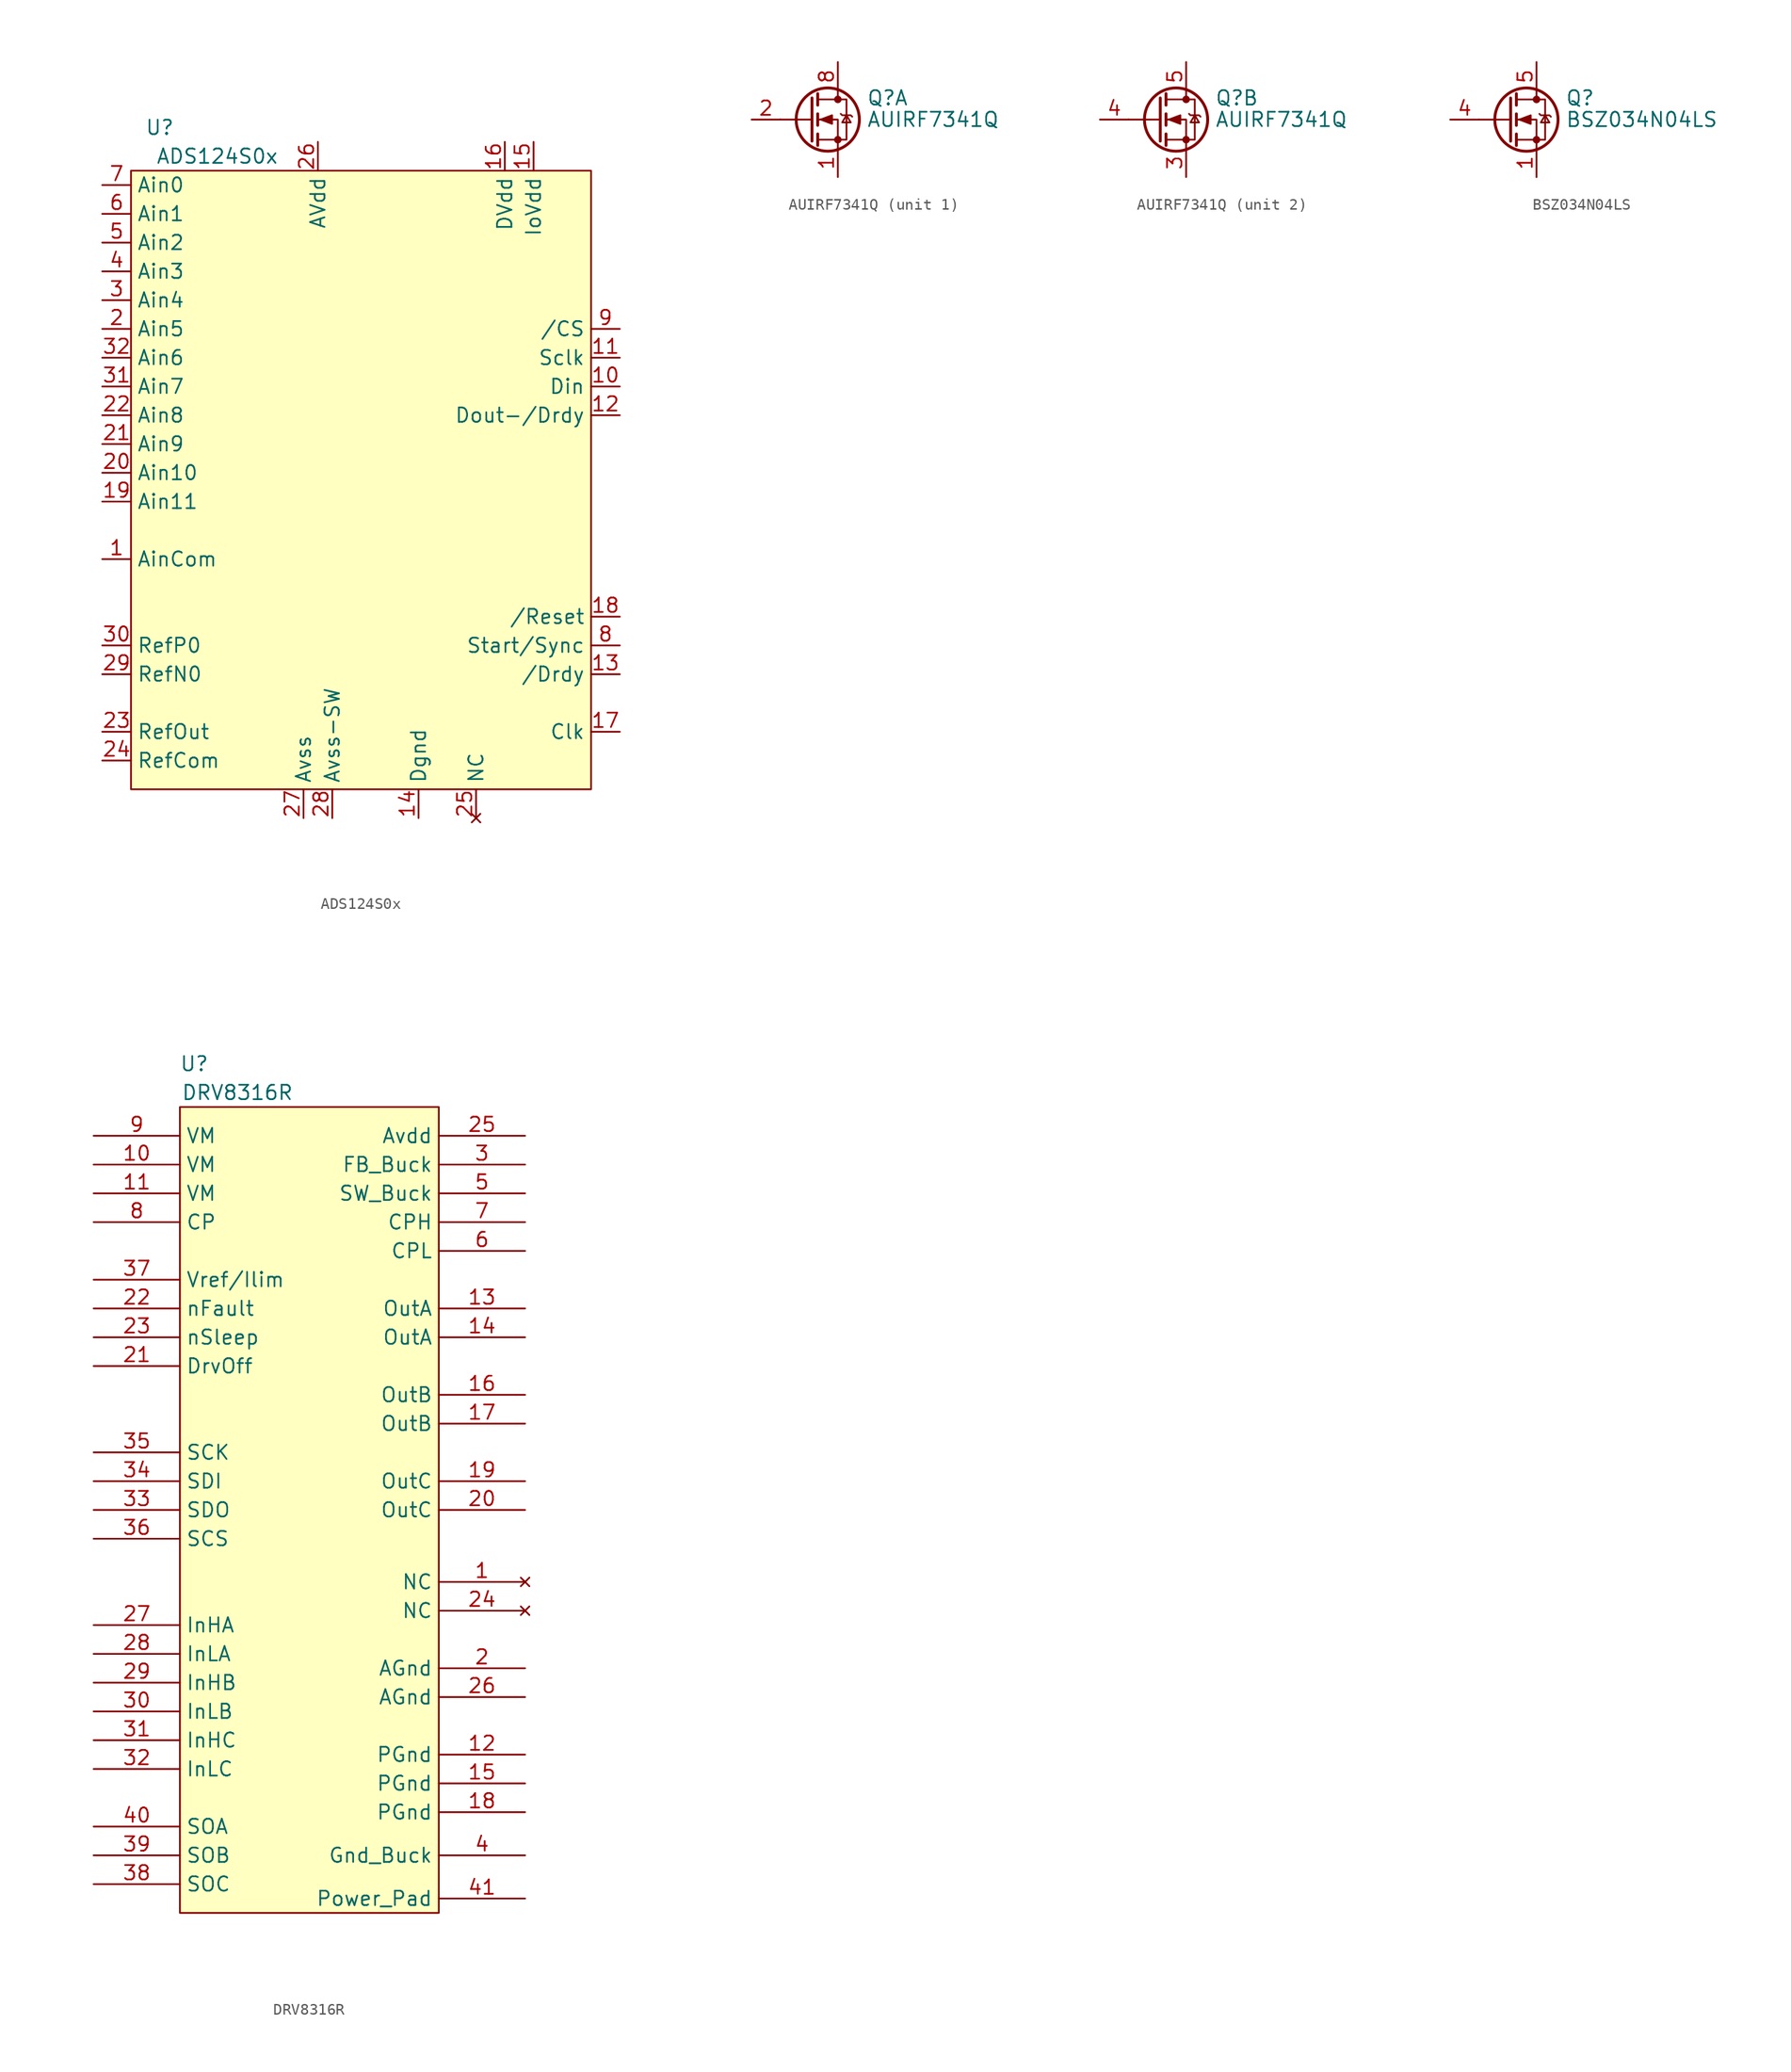
<source format=kicad_sym>
(kicad_symbol_lib
  (version 20241209)
  (generator "kicad_symbol_editor")
  (generator_version "9.0")
  (symbol "ADS124S0x"
    (property "Reference" "U"
      (at 5.08 1.27 0)
      (effects (font (size 1.27 1.27))))
    (property "Value" "ADS124S0x"
      (at 10.16 -1.27 0)
      (effects (font (size 1.27 1.27))))
    (symbol "ADS124S0x_1_1"
      (rectangle (start 2.54 -2.54) (end 43.18 -57.15) (stroke (width 0) (type default)) (fill (type background)))
      (pin input line (at 0 -3.81 0) (length 2.54) (name "Ain0" (effects (font (size 1.27 1.27)))) (number "7" (effects (font (size 1.27 1.27)))))
      (pin input line (at 0 -6.35 0) (length 2.54) (name "Ain1" (effects (font (size 1.27 1.27)))) (number "6" (effects (font (size 1.27 1.27)))))
      (pin input line (at 0 -8.89 0) (length 2.54) (name "Ain2" (effects (font (size 1.27 1.27)))) (number "5" (effects (font (size 1.27 1.27)))))
      (pin input line (at 0 -11.43 0) (length 2.54) (name "Ain3" (effects (font (size 1.27 1.27)))) (number "4" (effects (font (size 1.27 1.27)))))
      (pin input line (at 0 -13.97 0) (length 2.54) (name "Ain4" (effects (font (size 1.27 1.27)))) (number "3" (effects (font (size 1.27 1.27)))))
      (pin input line (at 0 -16.51 0) (length 2.54) (name "Ain5" (effects (font (size 1.27 1.27)))) (number "2" (effects (font (size 1.27 1.27)))))
      (pin input line (at 0 -19.05 0) (length 2.54) (name "Ain6" (effects (font (size 1.27 1.27)))) (number "32" (effects (font (size 1.27 1.27)))))
      (pin input line (at 0 -21.59 0) (length 2.54) (name "Ain7" (effects (font (size 1.27 1.27)))) (number "31" (effects (font (size 1.27 1.27)))))
      (pin input line (at 0 -24.13 0) (length 2.54) (name "Ain8" (effects (font (size 1.27 1.27)))) (number "22" (effects (font (size 1.27 1.27)))))
      (pin input line (at 0 -26.67 0) (length 2.54) (name "Ain9" (effects (font (size 1.27 1.27)))) (number "21" (effects (font (size 1.27 1.27)))))
      (pin input line (at 0 -29.21 0) (length 2.54) (name "Ain10" (effects (font (size 1.27 1.27)))) (number "20" (effects (font (size 1.27 1.27)))))
      (pin input line (at 0 -31.75 0) (length 2.54) (name "Ain11" (effects (font (size 1.27 1.27)))) (number "19" (effects (font (size 1.27 1.27)))))
      (pin input line (at 0 -36.83 0) (length 2.54) (name "AinCom" (effects (font (size 1.27 1.27)))) (number "1" (effects (font (size 1.27 1.27)))))
      (pin input line (at 0 -44.45 0) (length 2.54) (name "RefP0" (effects (font (size 1.27 1.27)))) (number "30" (effects (font (size 1.27 1.27)))))
      (pin input line (at 0 -46.99 0) (length 2.54) (name "RefN0" (effects (font (size 1.27 1.27)))) (number "29" (effects (font (size 1.27 1.27)))))
      (pin power_out line (at 0 -52.07 0) (length 2.54) (name "RefOut" (effects (font (size 1.27 1.27)))) (number "23" (effects (font (size 1.27 1.27)))))
      (pin power_in line (at 0 -54.61 0) (length 2.54) (name "RefCom" (effects (font (size 1.27 1.27)))) (number "24" (effects (font (size 1.27 1.27)))))
      (pin power_in line (at 17.78 -59.69 90) (length 2.54) (name "Avss" (effects (font (size 1.27 1.27)))) (number "27" (effects (font (size 1.27 1.27)))))
      (pin power_in line (at 19.05 0 270) (length 2.54) (name "AVdd" (effects (font (size 1.27 1.27)))) (number "26" (effects (font (size 1.27 1.27)))))
      (pin power_in line (at 20.32 -59.69 90) (length 2.54) (name "Avss-SW" (effects (font (size 1.27 1.27)))) (number "28" (effects (font (size 1.27 1.27)))))
      (pin power_in line (at 27.94 -59.69 90) (length 2.54) (name "Dgnd" (effects (font (size 1.27 1.27)))) (number "14" (effects (font (size 1.27 1.27)))))
      (pin no_connect line (at 33.02 -59.69 90) (length 2.54) (name "NC" (effects (font (size 1.27 1.27)))) (number "25" (effects (font (size 1.27 1.27)))))
      (pin power_in line (at 35.56 0 270) (length 2.54) (name "DVdd" (effects (font (size 1.27 1.27)))) (number "16" (effects (font (size 1.27 1.27)))))
      (pin power_in line (at 38.1 0 270) (length 2.54) (name "IoVdd" (effects (font (size 1.27 1.27)))) (number "15" (effects (font (size 1.27 1.27)))))
      (pin input line (at 45.72 -16.51 180) (length 2.54) (name "/CS" (effects (font (size 1.27 1.27)))) (number "9" (effects (font (size 1.27 1.27)))))
      (pin input line (at 45.72 -19.05 180) (length 2.54) (name "Sclk" (effects (font (size 1.27 1.27)))) (number "11" (effects (font (size 1.27 1.27)))))
      (pin input line (at 45.72 -21.59 180) (length 2.54) (name "Din" (effects (font (size 1.27 1.27)))) (number "10" (effects (font (size 1.27 1.27)))))
      (pin output line (at 45.72 -24.13 180) (length 2.54) (name "Dout-/Drdy" (effects (font (size 1.27 1.27)))) (number "12" (effects (font (size 1.27 1.27)))))
      (pin input line (at 45.72 -41.91 180) (length 2.54) (name "/Reset" (effects (font (size 1.27 1.27)))) (number "18" (effects (font (size 1.27 1.27)))))
      (pin input line (at 45.72 -44.45 180) (length 2.54) (name "Start/Sync" (effects (font (size 1.27 1.27)))) (number "8" (effects (font (size 1.27 1.27)))))
      (pin output line (at 45.72 -46.99 180) (length 2.54) (name "/Drdy" (effects (font (size 1.27 1.27)))) (number "13" (effects (font (size 1.27 1.27)))))
      (pin input line (at 45.72 -52.07 180) (length 2.54) (name "Clk" (effects (font (size 1.27 1.27)))) (number "17" (effects (font (size 1.27 1.27)))))))
  (symbol "AUIRF7341Q"
    (pin_names
      (hide yes))
    (property "Reference" "Q"
      (at 5.08 1.905 0)
      (effects (font (size 1.27 1.27)) (justify left)))
    (property "Value" "AUIRF7341Q"
      (at 5.08 0 0)
      (effects (font (size 1.27 1.27)) (justify left)))
    (symbol "AUIRF7341Q_0_1"
      (polyline (pts (xy 0.254 1.905) (xy 0.254 -1.905)) (stroke (width 0.254) (type default)) (fill (type none)))
      (polyline (pts (xy 0.254 0) (xy -2.54 0)) (stroke (width 0) (type default)) (fill (type none)))
      (polyline (pts (xy 0.762 2.286) (xy 0.762 1.27)) (stroke (width 0.254) (type default)) (fill (type none)))
      (polyline (pts (xy 0.762 0.508) (xy 0.762 -0.508)) (stroke (width 0.254) (type default)) (fill (type none)))
      (polyline (pts (xy 0.762 -1.27) (xy 0.762 -2.286)) (stroke (width 0.254) (type default)) (fill (type none)))
      (polyline (pts (xy 0.762 -1.778) (xy 3.302 -1.778) (xy 3.302 1.778) (xy 0.762 1.778)) (stroke (width 0) (type default)) (fill (type none)))
      (polyline (pts (xy 1.016 0) (xy 2.032 0.381) (xy 2.032 -0.381) (xy 1.016 0)) (stroke (width 0) (type default)) (fill (type outline)))
      (circle (center 1.651 0) (radius 2.794) (stroke (width 0.254) (type default)) (fill (type none)))
      (polyline (pts (xy 2.54 2.54) (xy 2.54 1.778)) (stroke (width 0) (type default)) (fill (type none)))
      (circle (center 2.54 1.778) (radius 0.254) (stroke (width 0) (type default)) (fill (type outline)))
      (circle (center 2.54 -1.778) (radius 0.254) (stroke (width 0) (type default)) (fill (type outline)))
      (polyline (pts (xy 2.54 -2.54) (xy 2.54 0) (xy 0.762 0)) (stroke (width 0) (type default)) (fill (type none)))
      (polyline (pts (xy 2.794 0.508) (xy 2.921 0.381) (xy 3.683 0.381) (xy 3.81 0.254)) (stroke (width 0) (type default)) (fill (type none)))
      (polyline (pts (xy 3.302 0.381) (xy 2.921 -0.254) (xy 3.683 -0.254) (xy 3.302 0.381)) (stroke (width 0) (type default)) (fill (type none))))
    (symbol "AUIRF7341Q_1_1"
      (pin passive line (at -5.08 0 0) (length 2.54) (name "G1" (effects (font (size 1.27 1.27)))) (number "2" (effects (font (size 1.27 1.27)))))
      (pin passive line (at 2.54 5.08 270) (length 2.54) (hide yes) (name "D1" (effects (font (size 1.27 1.27)))) (number "7" (effects (font (size 1.27 1.27)))))
      (pin passive line (at 2.54 5.08 270) (length 2.54) (name "D1" (effects (font (size 1.27 1.27)))) (number "8" (effects (font (size 1.27 1.27)))))
      (pin passive line (at 2.54 -5.08 90) (length 2.54) (name "S1" (effects (font (size 1.27 1.27)))) (number "1" (effects (font (size 1.27 1.27))))))
    (symbol "AUIRF7341Q_2_1"
      (pin passive line (at -5.08 0 0) (length 2.54) (name "G2" (effects (font (size 1.27 1.27)))) (number "4" (effects (font (size 1.27 1.27)))))
      (pin passive line (at 2.54 5.08 270) (length 2.54) (name "D2" (effects (font (size 1.27 1.27)))) (number "5" (effects (font (size 1.27 1.27)))))
      (pin passive line (at 2.54 5.08 270) (length 2.54) (hide yes) (name "D2" (effects (font (size 1.27 1.27)))) (number "6" (effects (font (size 1.27 1.27)))))
      (pin passive line (at 2.54 -5.08 90) (length 2.54) (name "S2" (effects (font (size 1.27 1.27)))) (number "3" (effects (font (size 1.27 1.27)))))))
  (symbol "BSZ034N04LS"
    (pin_names
      (hide yes))
    (property "Reference" "Q"
      (at 5.08 1.905 0)
      (effects (font (size 1.27 1.27)) (justify left)))
    (property "Value" "BSZ034N04LS"
      (at 5.08 0 0)
      (effects (font (size 1.27 1.27)) (justify left)))
    (symbol "BSZ034N04LS_0_1"
      (polyline (pts (xy 0.254 1.905) (xy 0.254 -1.905)) (stroke (width 0.254) (type default)) (fill (type none)))
      (polyline (pts (xy 0.254 0) (xy -2.54 0)) (stroke (width 0) (type default)) (fill (type none)))
      (polyline (pts (xy 0.762 2.286) (xy 0.762 1.27)) (stroke (width 0.254) (type default)) (fill (type none)))
      (polyline (pts (xy 0.762 0.508) (xy 0.762 -0.508)) (stroke (width 0.254) (type default)) (fill (type none)))
      (polyline (pts (xy 0.762 -1.27) (xy 0.762 -2.286)) (stroke (width 0.254) (type default)) (fill (type none)))
      (polyline (pts (xy 0.762 -1.778) (xy 3.302 -1.778) (xy 3.302 1.778) (xy 0.762 1.778)) (stroke (width 0) (type default)) (fill (type none)))
      (polyline (pts (xy 1.016 0) (xy 2.032 0.381) (xy 2.032 -0.381) (xy 1.016 0)) (stroke (width 0) (type default)) (fill (type outline)))
      (circle (center 1.651 0) (radius 2.794) (stroke (width 0.254) (type default)) (fill (type none)))
      (polyline (pts (xy 2.54 2.54) (xy 2.54 1.778)) (stroke (width 0) (type default)) (fill (type none)))
      (circle (center 2.54 1.778) (radius 0.254) (stroke (width 0) (type default)) (fill (type outline)))
      (circle (center 2.54 -1.778) (radius 0.254) (stroke (width 0) (type default)) (fill (type outline)))
      (polyline (pts (xy 2.54 -2.54) (xy 2.54 0) (xy 0.762 0)) (stroke (width 0) (type default)) (fill (type none)))
      (polyline (pts (xy 2.794 0.508) (xy 2.921 0.381) (xy 3.683 0.381) (xy 3.81 0.254)) (stroke (width 0) (type default)) (fill (type none)))
      (polyline (pts (xy 3.302 0.381) (xy 2.921 -0.254) (xy 3.683 -0.254) (xy 3.302 0.381)) (stroke (width 0) (type default)) (fill (type none))))
    (symbol "BSZ034N04LS_1_1"
      (pin passive line (at -5.08 0 0) (length 2.54) (name "G" (effects (font (size 1.27 1.27)))) (number "4" (effects (font (size 1.27 1.27)))))
      (pin passive line (at 2.54 5.08 270) (length 2.54) (name "D" (effects (font (size 1.27 1.27)))) (number "5" (effects (font (size 1.27 1.27)))))
      (pin passive line (at 2.54 -5.08 90) (length 2.54) (name "S" (effects (font (size 1.27 1.27)))) (number "1" (effects (font (size 1.27 1.27)))))))
  (symbol "DRV8316R"
    (property "Reference" "U"
      (at 8.89 6.35 0)
      (effects (font (size 1.27 1.27))))
    (property "Value" "DRV8316R"
      (at 12.7 3.81 0)
      (effects (font (size 1.27 1.27))))
    (symbol "DRV8316R_0_1"
      (rectangle (start 7.62 2.54) (end 30.48 -68.58) (stroke (width 0) (type default)) (fill (type background))))
    (symbol "DRV8316R_1_1"
      (pin power_in line (at 0 0 0) (length 7.62) (name "VM" (effects (font (size 1.27 1.27)))) (number "9" (effects (font (size 1.27 1.27)))))
      (pin power_in line (at 0 -2.54 0) (length 7.62) (name "VM" (effects (font (size 1.27 1.27)))) (number "10" (effects (font (size 1.27 1.27)))))
      (pin power_in line (at 0 -5.08 0) (length 7.62) (name "VM" (effects (font (size 1.27 1.27)))) (number "11" (effects (font (size 1.27 1.27)))))
      (pin power_out line (at 0 -7.62 0) (length 7.62) (name "CP" (effects (font (size 1.27 1.27)))) (number "8" (effects (font (size 1.27 1.27)))))
      (pin input line (at 0 -12.7 0) (length 7.62) (name "Vref/Ilim" (effects (font (size 1.27 1.27)))) (number "37" (effects (font (size 1.27 1.27)))))
      (pin output line (at 0 -15.24 0) (length 7.62) (name "nFault" (effects (font (size 1.27 1.27)))) (number "22" (effects (font (size 1.27 1.27)))))
      (pin input line (at 0 -17.78 0) (length 7.62) (name "nSleep" (effects (font (size 1.27 1.27)))) (number "23" (effects (font (size 1.27 1.27)))))
      (pin input line (at 0 -20.32 0) (length 7.62) (name "DrvOff" (effects (font (size 1.27 1.27)))) (number "21" (effects (font (size 1.27 1.27)))))
      (pin input line (at 0 -27.94 0) (length 7.62) (name "SCK" (effects (font (size 1.27 1.27)))) (number "35" (effects (font (size 1.27 1.27)))))
      (pin input line (at 0 -30.48 0) (length 7.62) (name "SDI" (effects (font (size 1.27 1.27)))) (number "34" (effects (font (size 1.27 1.27)))))
      (pin bidirectional line (at 0 -33.02 0) (length 7.62) (name "SDO" (effects (font (size 1.27 1.27)))) (number "33" (effects (font (size 1.27 1.27)))))
      (pin input line (at 0 -35.56 0) (length 7.62) (name "SCS" (effects (font (size 1.27 1.27)))) (number "36" (effects (font (size 1.27 1.27)))))
      (pin input line (at 0 -43.18 0) (length 7.62) (name "InHA" (effects (font (size 1.27 1.27)))) (number "27" (effects (font (size 1.27 1.27)))))
      (pin input line (at 0 -45.72 0) (length 7.62) (name "InLA" (effects (font (size 1.27 1.27)))) (number "28" (effects (font (size 1.27 1.27)))))
      (pin input line (at 0 -48.26 0) (length 7.62) (name "InHB" (effects (font (size 1.27 1.27)))) (number "29" (effects (font (size 1.27 1.27)))))
      (pin input line (at 0 -50.8 0) (length 7.62) (name "InLB" (effects (font (size 1.27 1.27)))) (number "30" (effects (font (size 1.27 1.27)))))
      (pin input line (at 0 -53.34 0) (length 7.62) (name "InHC" (effects (font (size 1.27 1.27)))) (number "31" (effects (font (size 1.27 1.27)))))
      (pin input line (at 0 -55.88 0) (length 7.62) (name "InLC" (effects (font (size 1.27 1.27)))) (number "32" (effects (font (size 1.27 1.27)))))
      (pin output line (at 0 -60.96 0) (length 7.62) (name "SOA" (effects (font (size 1.27 1.27)))) (number "40" (effects (font (size 1.27 1.27)))))
      (pin output line (at 0 -63.5 0) (length 7.62) (name "SOB" (effects (font (size 1.27 1.27)))) (number "39" (effects (font (size 1.27 1.27)))))
      (pin output line (at 0 -66.04 0) (length 7.62) (name "SOC" (effects (font (size 1.27 1.27)))) (number "38" (effects (font (size 1.27 1.27)))))
      (pin power_out line (at 38.1 0 180) (length 7.62) (name "Avdd" (effects (font (size 1.27 1.27)))) (number "25" (effects (font (size 1.27 1.27)))))
      (pin input line (at 38.1 -2.54 180) (length 7.62) (name "FB_Buck" (effects (font (size 1.27 1.27)))) (number "3" (effects (font (size 1.27 1.27)))))
      (pin output line (at 38.1 -5.08 180) (length 7.62) (name "SW_Buck" (effects (font (size 1.27 1.27)))) (number "5" (effects (font (size 1.27 1.27)))))
      (pin bidirectional line (at 38.1 -7.62 180) (length 7.62) (name "CPH" (effects (font (size 1.27 1.27)))) (number "7" (effects (font (size 1.27 1.27)))))
      (pin bidirectional line (at 38.1 -10.16 180) (length 7.62) (name "CPL" (effects (font (size 1.27 1.27)))) (number "6" (effects (font (size 1.27 1.27)))))
      (pin power_out line (at 38.1 -15.24 180) (length 7.62) (name "OutA" (effects (font (size 1.27 1.27)))) (number "13" (effects (font (size 1.27 1.27)))))
      (pin passive line (at 38.1 -17.78 180) (length 7.62) (name "OutA" (effects (font (size 1.27 1.27)))) (number "14" (effects (font (size 1.27 1.27)))))
      (pin power_out line (at 38.1 -22.86 180) (length 7.62) (name "OutB" (effects (font (size 1.27 1.27)))) (number "16" (effects (font (size 1.27 1.27)))))
      (pin passive line (at 38.1 -25.4 180) (length 7.62) (name "OutB" (effects (font (size 1.27 1.27)))) (number "17" (effects (font (size 1.27 1.27)))))
      (pin power_out line (at 38.1 -30.48 180) (length 7.62) (name "OutC" (effects (font (size 1.27 1.27)))) (number "19" (effects (font (size 1.27 1.27)))))
      (pin passive line (at 38.1 -33.02 180) (length 7.62) (name "OutC" (effects (font (size 1.27 1.27)))) (number "20" (effects (font (size 1.27 1.27)))))
      (pin no_connect line (at 38.1 -39.37 180) (length 7.62) (name "NC" (effects (font (size 1.27 1.27)))) (number "1" (effects (font (size 1.27 1.27)))))
      (pin no_connect line (at 38.1 -41.91 180) (length 7.62) (name "NC" (effects (font (size 1.27 1.27)))) (number "24" (effects (font (size 1.27 1.27)))))
      (pin power_in line (at 38.1 -46.99 180) (length 7.62) (name "AGnd" (effects (font (size 1.27 1.27)))) (number "2" (effects (font (size 1.27 1.27)))))
      (pin power_in line (at 38.1 -49.53 180) (length 7.62) (name "AGnd" (effects (font (size 1.27 1.27)))) (number "26" (effects (font (size 1.27 1.27)))))
      (pin power_in line (at 38.1 -54.61 180) (length 7.62) (name "PGnd" (effects (font (size 1.27 1.27)))) (number "12" (effects (font (size 1.27 1.27)))))
      (pin power_in line (at 38.1 -57.15 180) (length 7.62) (name "PGnd" (effects (font (size 1.27 1.27)))) (number "15" (effects (font (size 1.27 1.27)))))
      (pin power_in line (at 38.1 -59.69 180) (length 7.62) (name "PGnd" (effects (font (size 1.27 1.27)))) (number "18" (effects (font (size 1.27 1.27)))))
      (pin power_in line (at 38.1 -63.5 180) (length 7.62) (name "Gnd_Buck" (effects (font (size 1.27 1.27)))) (number "4" (effects (font (size 1.27 1.27)))))
      (pin power_in line (at 38.1 -67.31 180) (length 7.62) (name "Power_Pad" (effects (font (size 1.27 1.27)))) (number "41" (effects (font (size 1.27 1.27))))))))
</source>
